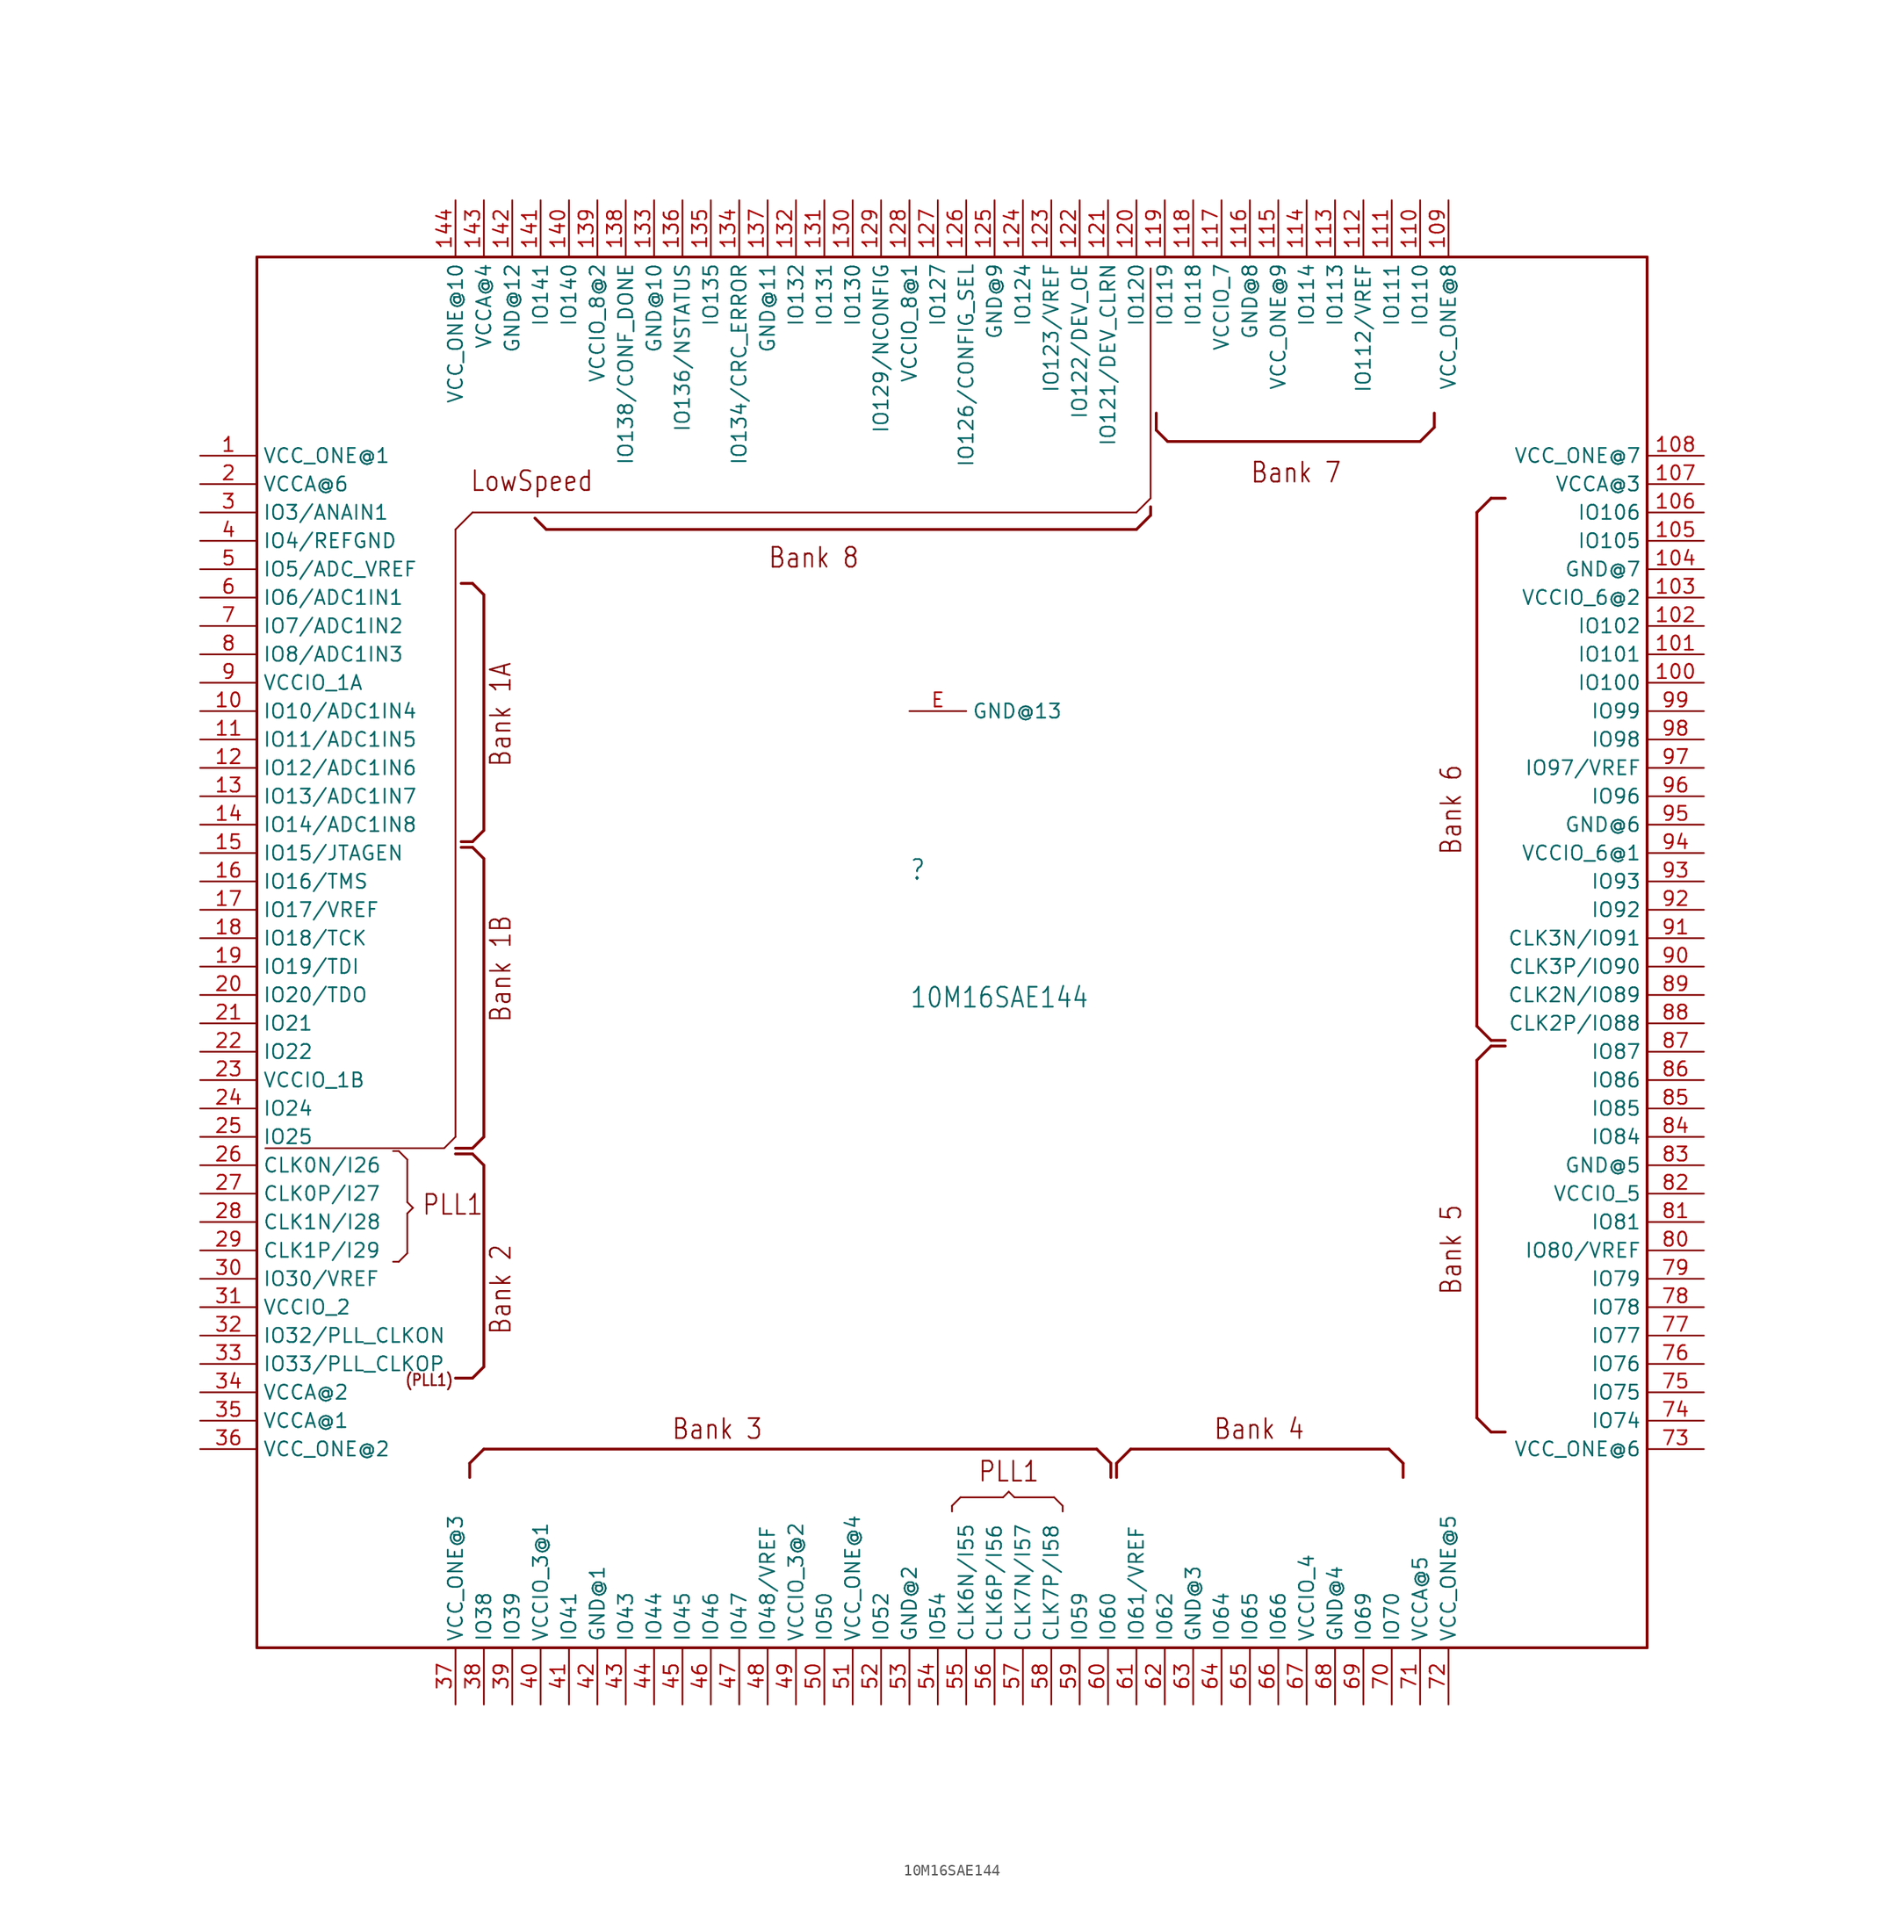
<source format=kicad_sym>
(kicad_symbol_lib
  (version 20211014)
  (generator kicad_symbol_editor)
  (symbol "10M16SAE144"
    (property "Reference" ""
      (at -5.08 5.08 0)
      (effects (font (size 1.778 1.511)) (justify left bottom)))
    (property "Value" "10M16SAE144"
      (at -5.08 -6.35 0)
      (effects (font (size 1.778 1.511)) (justify left bottom)))
    (property "ki_locked" ""
      (at 0 0 0)
      (effects (font (size 1.27 1.27))))
    (symbol "10M16SAE144_1_0"
      (polyline (pts (xy -63.5 -63.5) (xy 60.96 -63.5)) (stroke (width 0.254) (type default) (color 0 0 0 0)) (fill (type none)))
      (polyline (pts (xy -63.5 60.96) (xy -63.5 -63.5)) (stroke (width 0.254) (type default) (color 0 0 0 0)) (fill (type none)))
      (polyline (pts (xy -51.308 -19.05) (xy -50.8 -19.05)) (stroke (width 0.152) (type default) (color 0 0 0 0)) (fill (type none)))
      (polyline (pts (xy -50.8 -28.956) (xy -51.308 -28.956)) (stroke (width 0.152) (type default) (color 0 0 0 0)) (fill (type none)))
      (polyline (pts (xy -50.8 -19.05) (xy -50.038 -19.812)) (stroke (width 0.152) (type default) (color 0 0 0 0)) (fill (type none)))
      (polyline (pts (xy -50.038 -28.194) (xy -50.8 -28.956)) (stroke (width 0.152) (type default) (color 0 0 0 0)) (fill (type none)))
      (polyline (pts (xy -50.038 -24.638) (xy -50.038 -28.194)) (stroke (width 0.152) (type default) (color 0 0 0 0)) (fill (type none)))
      (polyline (pts (xy -50.038 -23.622) (xy -49.53 -24.13)) (stroke (width 0.152) (type default) (color 0 0 0 0)) (fill (type none)))
      (polyline (pts (xy -50.038 -19.812) (xy -50.038 -23.622)) (stroke (width 0.152) (type default) (color 0 0 0 0)) (fill (type none)))
      (polyline (pts (xy -49.53 -24.13) (xy -50.038 -24.638)) (stroke (width 0.152) (type default) (color 0 0 0 0)) (fill (type none)))
      (polyline (pts (xy -46.736 -18.796) (xy -62.738 -18.796)) (stroke (width 0.152) (type default) (color 0 0 0 0)) (fill (type none)))
      (polyline (pts (xy -45.72 -19.304) (xy -44.196 -19.304)) (stroke (width 0.254) (type default) (color 0 0 0 0)) (fill (type none)))
      (polyline (pts (xy -45.72 -17.78) (xy -46.736 -18.796)) (stroke (width 0.152) (type default) (color 0 0 0 0)) (fill (type none)))
      (polyline (pts (xy -45.72 36.576) (xy -45.72 -17.78)) (stroke (width 0.152) (type default) (color 0 0 0 0)) (fill (type none)))
      (polyline (pts (xy -45.212 8.128) (xy -44.196 8.128)) (stroke (width 0.254) (type default) (color 0 0 0 0)) (fill (type none)))
      (polyline (pts (xy -45.212 8.636) (xy -44.196 8.636)) (stroke (width 0.254) (type default) (color 0 0 0 0)) (fill (type none)))
      (polyline (pts (xy -45.212 31.75) (xy -44.196 31.75)) (stroke (width 0.254) (type default) (color 0 0 0 0)) (fill (type none)))
      (polyline (pts (xy -44.45 -48.26) (xy -44.45 -46.99)) (stroke (width 0.254) (type default) (color 0 0 0 0)) (fill (type none)))
      (polyline (pts (xy -44.45 -46.99) (xy -43.18 -45.72)) (stroke (width 0.254) (type default) (color 0 0 0 0)) (fill (type none)))
      (polyline (pts (xy -44.196 -39.37) (xy -45.72 -39.37)) (stroke (width 0.254) (type default) (color 0 0 0 0)) (fill (type none)))
      (polyline (pts (xy -44.196 -19.304) (xy -43.18 -20.32)) (stroke (width 0.254) (type default) (color 0 0 0 0)) (fill (type none)))
      (polyline (pts (xy -44.196 -18.796) (xy -45.72 -18.796)) (stroke (width 0.254) (type default) (color 0 0 0 0)) (fill (type none)))
      (polyline (pts (xy -44.196 8.128) (xy -43.18 7.112)) (stroke (width 0.254) (type default) (color 0 0 0 0)) (fill (type none)))
      (polyline (pts (xy -44.196 31.75) (xy -43.18 30.734)) (stroke (width 0.254) (type default) (color 0 0 0 0)) (fill (type none)))
      (polyline (pts (xy -44.196 38.1) (xy -45.72 36.576)) (stroke (width 0.152) (type default) (color 0 0 0 0)) (fill (type none)))
      (polyline (pts (xy -43.18 -45.72) (xy 11.684 -45.72)) (stroke (width 0.254) (type default) (color 0 0 0 0)) (fill (type none)))
      (polyline (pts (xy -43.18 -38.354) (xy -44.196 -39.37)) (stroke (width 0.254) (type default) (color 0 0 0 0)) (fill (type none)))
      (polyline (pts (xy -43.18 -20.32) (xy -43.18 -38.354)) (stroke (width 0.254) (type default) (color 0 0 0 0)) (fill (type none)))
      (polyline (pts (xy -43.18 -17.78) (xy -44.196 -18.796)) (stroke (width 0.254) (type default) (color 0 0 0 0)) (fill (type none)))
      (polyline (pts (xy -43.18 7.112) (xy -43.18 -17.78)) (stroke (width 0.254) (type default) (color 0 0 0 0)) (fill (type none)))
      (polyline (pts (xy -43.18 9.652) (xy -44.196 8.636)) (stroke (width 0.254) (type default) (color 0 0 0 0)) (fill (type none)))
      (polyline (pts (xy -43.18 30.734) (xy -43.18 9.652)) (stroke (width 0.254) (type default) (color 0 0 0 0)) (fill (type none)))
      (polyline (pts (xy -37.592 36.576) (xy -38.608 37.592)) (stroke (width 0.254) (type default) (color 0 0 0 0)) (fill (type none)))
      (polyline (pts (xy -1.27 -51.308) (xy -1.27 -50.8)) (stroke (width 0.152) (type default) (color 0 0 0 0)) (fill (type none)))
      (polyline (pts (xy -1.27 -50.8) (xy -0.508 -50.038)) (stroke (width 0.152) (type default) (color 0 0 0 0)) (fill (type none)))
      (polyline (pts (xy -0.508 -50.038) (xy 3.302 -50.038)) (stroke (width 0.152) (type default) (color 0 0 0 0)) (fill (type none)))
      (polyline (pts (xy 3.302 -50.038) (xy 3.81 -49.53)) (stroke (width 0.152) (type default) (color 0 0 0 0)) (fill (type none)))
      (polyline (pts (xy 3.81 -49.53) (xy 4.318 -50.038)) (stroke (width 0.152) (type default) (color 0 0 0 0)) (fill (type none)))
      (polyline (pts (xy 4.318 -50.038) (xy 7.874 -50.038)) (stroke (width 0.152) (type default) (color 0 0 0 0)) (fill (type none)))
      (polyline (pts (xy 7.874 -50.038) (xy 8.636 -50.8)) (stroke (width 0.152) (type default) (color 0 0 0 0)) (fill (type none)))
      (polyline (pts (xy 8.636 -50.8) (xy 8.636 -51.308)) (stroke (width 0.152) (type default) (color 0 0 0 0)) (fill (type none)))
      (polyline (pts (xy 11.684 -45.72) (xy 12.954 -46.99)) (stroke (width 0.254) (type default) (color 0 0 0 0)) (fill (type none)))
      (polyline (pts (xy 12.954 -46.99) (xy 12.954 -48.26)) (stroke (width 0.254) (type default) (color 0 0 0 0)) (fill (type none)))
      (polyline (pts (xy 13.462 -48.26) (xy 13.462 -46.99)) (stroke (width 0.254) (type default) (color 0 0 0 0)) (fill (type none)))
      (polyline (pts (xy 13.462 -46.99) (xy 14.732 -45.72)) (stroke (width 0.254) (type default) (color 0 0 0 0)) (fill (type none)))
      (polyline (pts (xy 14.732 -45.72) (xy 37.846 -45.72)) (stroke (width 0.254) (type default) (color 0 0 0 0)) (fill (type none)))
      (polyline (pts (xy 15.24 36.576) (xy -37.592 36.576)) (stroke (width 0.254) (type default) (color 0 0 0 0)) (fill (type none)))
      (polyline (pts (xy 15.24 38.1) (xy -44.196 38.1)) (stroke (width 0.152) (type default) (color 0 0 0 0)) (fill (type none)))
      (polyline (pts (xy 16.51 37.846) (xy 15.24 36.576)) (stroke (width 0.254) (type default) (color 0 0 0 0)) (fill (type none)))
      (polyline (pts (xy 16.51 38.608) (xy 16.51 37.846)) (stroke (width 0.254) (type default) (color 0 0 0 0)) (fill (type none)))
      (polyline (pts (xy 16.51 39.37) (xy 15.24 38.1)) (stroke (width 0.152) (type default) (color 0 0 0 0)) (fill (type none)))
      (polyline (pts (xy 16.51 59.944) (xy 16.51 39.37)) (stroke (width 0.152) (type default) (color 0 0 0 0)) (fill (type none)))
      (polyline (pts (xy 17.018 45.466) (xy 17.018 46.99)) (stroke (width 0.254) (type default) (color 0 0 0 0)) (fill (type none)))
      (polyline (pts (xy 18.034 44.45) (xy 17.018 45.466)) (stroke (width 0.254) (type default) (color 0 0 0 0)) (fill (type none)))
      (polyline (pts (xy 37.846 -45.72) (xy 39.116 -46.99)) (stroke (width 0.254) (type default) (color 0 0 0 0)) (fill (type none)))
      (polyline (pts (xy 39.116 -46.99) (xy 39.116 -48.26)) (stroke (width 0.254) (type default) (color 0 0 0 0)) (fill (type none)))
      (polyline (pts (xy 40.64 44.45) (xy 18.034 44.45)) (stroke (width 0.254) (type default) (color 0 0 0 0)) (fill (type none)))
      (polyline (pts (xy 41.91 45.72) (xy 40.64 44.45)) (stroke (width 0.254) (type default) (color 0 0 0 0)) (fill (type none)))
      (polyline (pts (xy 41.91 46.99) (xy 41.91 45.72)) (stroke (width 0.254) (type default) (color 0 0 0 0)) (fill (type none)))
      (polyline (pts (xy 45.72 -42.926) (xy 45.72 -10.922)) (stroke (width 0.254) (type default) (color 0 0 0 0)) (fill (type none)))
      (polyline (pts (xy 45.72 -10.922) (xy 46.99 -9.652)) (stroke (width 0.254) (type default) (color 0 0 0 0)) (fill (type none)))
      (polyline (pts (xy 45.72 -7.874) (xy 45.72 38.1)) (stroke (width 0.254) (type default) (color 0 0 0 0)) (fill (type none)))
      (polyline (pts (xy 45.72 38.1) (xy 46.99 39.37)) (stroke (width 0.254) (type default) (color 0 0 0 0)) (fill (type none)))
      (polyline (pts (xy 46.99 -44.196) (xy 45.72 -42.926)) (stroke (width 0.254) (type default) (color 0 0 0 0)) (fill (type none)))
      (polyline (pts (xy 46.99 -9.652) (xy 48.26 -9.652)) (stroke (width 0.254) (type default) (color 0 0 0 0)) (fill (type none)))
      (polyline (pts (xy 46.99 -9.144) (xy 45.72 -7.874)) (stroke (width 0.254) (type default) (color 0 0 0 0)) (fill (type none)))
      (polyline (pts (xy 46.99 39.37) (xy 48.26 39.37)) (stroke (width 0.254) (type default) (color 0 0 0 0)) (fill (type none)))
      (polyline (pts (xy 48.26 -44.196) (xy 46.99 -44.196)) (stroke (width 0.254) (type default) (color 0 0 0 0)) (fill (type none)))
      (polyline (pts (xy 48.26 -9.144) (xy 46.99 -9.144)) (stroke (width 0.254) (type default) (color 0 0 0 0)) (fill (type none)))
      (polyline (pts (xy 60.96 -63.5) (xy 60.96 60.96)) (stroke (width 0.254) (type default) (color 0 0 0 0)) (fill (type none)))
      (polyline (pts (xy 60.96 60.96) (xy -63.5 60.96)) (stroke (width 0.254) (type default) (color 0 0 0 0)) (fill (type none)))
      (text "(PLL1)" (at -50.292 -40.132 0) (effects (font (size 1.016 0.864)) (justify left bottom)))
      (text "Bank 1A" (at -40.64 15.24 900) (effects (font (size 1.778 1.511)) (justify left bottom)))
      (text "Bank 1B" (at -40.64 -7.62 900) (effects (font (size 1.778 1.511)) (justify left bottom)))
      (text "Bank 2" (at -40.64 -35.56 900) (effects (font (size 1.778 1.511)) (justify left bottom)))
      (text "Bank 3" (at -26.416 -44.958 0) (effects (font (size 1.778 1.511)) (justify left bottom)))
      (text "Bank 4" (at 22.098 -44.958 0) (effects (font (size 1.778 1.511)) (justify left bottom)))
      (text "Bank 5" (at 44.45 -32.004 900) (effects (font (size 1.778 1.511)) (justify left bottom)))
      (text "Bank 6" (at 44.45 7.366 900) (effects (font (size 1.778 1.511)) (justify left bottom)))
      (text "Bank 7" (at 25.4 40.64 0) (effects (font (size 1.778 1.511)) (justify left bottom)))
      (text "Bank 8" (at -17.78 33.02 0) (effects (font (size 1.778 1.511)) (justify left bottom)))
      (text "LowSpeed" (at -44.45 39.878 0) (effects (font (size 1.778 1.511)) (justify left bottom)))
      (text "PLL1" (at -48.768 -24.892 0) (effects (font (size 1.778 1.511)) (justify left bottom)))
      (text "PLL1" (at 1.016 -48.768 0) (effects (font (size 1.778 1.511)) (justify left bottom)))
      (pin power_in line (at -68.58 43.18 0) (length 5.08) (name "VCC_ONE@1" (effects (font (size 1.27 1.27)))) (number "1" (effects (font (size 1.27 1.27)))))
      (pin bidirectional line (at -68.58 20.32 0) (length 5.08) (name "IO10/ADC1IN4" (effects (font (size 1.27 1.27)))) (number "10" (effects (font (size 1.27 1.27)))))
      (pin bidirectional line (at 66.04 22.86 180) (length 5.08) (name "IO100" (effects (font (size 1.27 1.27)))) (number "100" (effects (font (size 1.27 1.27)))))
      (pin bidirectional line (at 66.04 25.4 180) (length 5.08) (name "IO101" (effects (font (size 1.27 1.27)))) (number "101" (effects (font (size 1.27 1.27)))))
      (pin bidirectional line (at 66.04 27.94 180) (length 5.08) (name "IO102" (effects (font (size 1.27 1.27)))) (number "102" (effects (font (size 1.27 1.27)))))
      (pin power_in line (at 66.04 30.48 180) (length 5.08) (name "VCCIO_6@2" (effects (font (size 1.27 1.27)))) (number "103" (effects (font (size 1.27 1.27)))))
      (pin power_in line (at 66.04 33.02 180) (length 5.08) (name "GND@7" (effects (font (size 1.27 1.27)))) (number "104" (effects (font (size 1.27 1.27)))))
      (pin bidirectional line (at 66.04 35.56 180) (length 5.08) (name "IO105" (effects (font (size 1.27 1.27)))) (number "105" (effects (font (size 1.27 1.27)))))
      (pin bidirectional line (at 66.04 38.1 180) (length 5.08) (name "IO106" (effects (font (size 1.27 1.27)))) (number "106" (effects (font (size 1.27 1.27)))))
      (pin power_in line (at 66.04 40.64 180) (length 5.08) (name "VCCA@3" (effects (font (size 1.27 1.27)))) (number "107" (effects (font (size 1.27 1.27)))))
      (pin power_in line (at 66.04 43.18 180) (length 5.08) (name "VCC_ONE@7" (effects (font (size 1.27 1.27)))) (number "108" (effects (font (size 1.27 1.27)))))
      (pin power_in line (at 43.18 66.04 270) (length 5.08) (name "VCC_ONE@8" (effects (font (size 1.27 1.27)))) (number "109" (effects (font (size 1.27 1.27)))))
      (pin bidirectional line (at -68.58 17.78 0) (length 5.08) (name "IO11/ADC1IN5" (effects (font (size 1.27 1.27)))) (number "11" (effects (font (size 1.27 1.27)))))
      (pin bidirectional line (at 40.64 66.04 270) (length 5.08) (name "IO110" (effects (font (size 1.27 1.27)))) (number "110" (effects (font (size 1.27 1.27)))))
      (pin bidirectional line (at 38.1 66.04 270) (length 5.08) (name "IO111" (effects (font (size 1.27 1.27)))) (number "111" (effects (font (size 1.27 1.27)))))
      (pin bidirectional line (at 35.56 66.04 270) (length 5.08) (name "IO112/VREF" (effects (font (size 1.27 1.27)))) (number "112" (effects (font (size 1.27 1.27)))))
      (pin bidirectional line (at 33.02 66.04 270) (length 5.08) (name "IO113" (effects (font (size 1.27 1.27)))) (number "113" (effects (font (size 1.27 1.27)))))
      (pin bidirectional line (at 30.48 66.04 270) (length 5.08) (name "IO114" (effects (font (size 1.27 1.27)))) (number "114" (effects (font (size 1.27 1.27)))))
      (pin power_in line (at 27.94 66.04 270) (length 5.08) (name "VCC_ONE@9" (effects (font (size 1.27 1.27)))) (number "115" (effects (font (size 1.27 1.27)))))
      (pin power_in line (at 25.4 66.04 270) (length 5.08) (name "GND@8" (effects (font (size 1.27 1.27)))) (number "116" (effects (font (size 1.27 1.27)))))
      (pin power_in line (at 22.86 66.04 270) (length 5.08) (name "VCCIO_7" (effects (font (size 1.27 1.27)))) (number "117" (effects (font (size 1.27 1.27)))))
      (pin bidirectional line (at 20.32 66.04 270) (length 5.08) (name "IO118" (effects (font (size 1.27 1.27)))) (number "118" (effects (font (size 1.27 1.27)))))
      (pin bidirectional line (at 17.78 66.04 270) (length 5.08) (name "IO119" (effects (font (size 1.27 1.27)))) (number "119" (effects (font (size 1.27 1.27)))))
      (pin bidirectional line (at -68.58 15.24 0) (length 5.08) (name "IO12/ADC1IN6" (effects (font (size 1.27 1.27)))) (number "12" (effects (font (size 1.27 1.27)))))
      (pin bidirectional line (at 15.24 66.04 270) (length 5.08) (name "IO120" (effects (font (size 1.27 1.27)))) (number "120" (effects (font (size 1.27 1.27)))))
      (pin bidirectional line (at 12.7 66.04 270) (length 5.08) (name "IO121/DEV_CLRN" (effects (font (size 1.27 1.27)))) (number "121" (effects (font (size 1.27 1.27)))))
      (pin bidirectional line (at 10.16 66.04 270) (length 5.08) (name "IO122/DEV_OE" (effects (font (size 1.27 1.27)))) (number "122" (effects (font (size 1.27 1.27)))))
      (pin bidirectional line (at 7.62 66.04 270) (length 5.08) (name "IO123/VREF" (effects (font (size 1.27 1.27)))) (number "123" (effects (font (size 1.27 1.27)))))
      (pin bidirectional line (at 5.08 66.04 270) (length 5.08) (name "IO124" (effects (font (size 1.27 1.27)))) (number "124" (effects (font (size 1.27 1.27)))))
      (pin power_in line (at 2.54 66.04 270) (length 5.08) (name "GND@9" (effects (font (size 1.27 1.27)))) (number "125" (effects (font (size 1.27 1.27)))))
      (pin bidirectional line (at 0 66.04 270) (length 5.08) (name "IO126/CONFIG_SEL" (effects (font (size 1.27 1.27)))) (number "126" (effects (font (size 1.27 1.27)))))
      (pin bidirectional line (at -2.54 66.04 270) (length 5.08) (name "IO127" (effects (font (size 1.27 1.27)))) (number "127" (effects (font (size 1.27 1.27)))))
      (pin power_in line (at -5.08 66.04 270) (length 5.08) (name "VCCIO_8@1" (effects (font (size 1.27 1.27)))) (number "128" (effects (font (size 1.27 1.27)))))
      (pin bidirectional line (at -7.62 66.04 270) (length 5.08) (name "IO129/NCONFIG" (effects (font (size 1.27 1.27)))) (number "129" (effects (font (size 1.27 1.27)))))
      (pin bidirectional line (at -68.58 12.7 0) (length 5.08) (name "IO13/ADC1IN7" (effects (font (size 1.27 1.27)))) (number "13" (effects (font (size 1.27 1.27)))))
      (pin bidirectional line (at -10.16 66.04 270) (length 5.08) (name "IO130" (effects (font (size 1.27 1.27)))) (number "130" (effects (font (size 1.27 1.27)))))
      (pin bidirectional line (at -12.7 66.04 270) (length 5.08) (name "IO131" (effects (font (size 1.27 1.27)))) (number "131" (effects (font (size 1.27 1.27)))))
      (pin bidirectional line (at -15.24 66.04 270) (length 5.08) (name "IO132" (effects (font (size 1.27 1.27)))) (number "132" (effects (font (size 1.27 1.27)))))
      (pin power_in line (at -27.94 66.04 270) (length 5.08) (name "GND@10" (effects (font (size 1.27 1.27)))) (number "133" (effects (font (size 1.27 1.27)))))
      (pin bidirectional line (at -20.32 66.04 270) (length 5.08) (name "IO134/CRC_ERROR" (effects (font (size 1.27 1.27)))) (number "134" (effects (font (size 1.27 1.27)))))
      (pin bidirectional line (at -22.86 66.04 270) (length 5.08) (name "IO135" (effects (font (size 1.27 1.27)))) (number "135" (effects (font (size 1.27 1.27)))))
      (pin bidirectional line (at -25.4 66.04 270) (length 5.08) (name "IO136/NSTATUS" (effects (font (size 1.27 1.27)))) (number "136" (effects (font (size 1.27 1.27)))))
      (pin power_in line (at -17.78 66.04 270) (length 5.08) (name "GND@11" (effects (font (size 1.27 1.27)))) (number "137" (effects (font (size 1.27 1.27)))))
      (pin bidirectional line (at -30.48 66.04 270) (length 5.08) (name "IO138/CONF_DONE" (effects (font (size 1.27 1.27)))) (number "138" (effects (font (size 1.27 1.27)))))
      (pin power_in line (at -33.02 66.04 270) (length 5.08) (name "VCCIO_8@2" (effects (font (size 1.27 1.27)))) (number "139" (effects (font (size 1.27 1.27)))))
      (pin bidirectional line (at -68.58 10.16 0) (length 5.08) (name "IO14/ADC1IN8" (effects (font (size 1.27 1.27)))) (number "14" (effects (font (size 1.27 1.27)))))
      (pin bidirectional line (at -35.56 66.04 270) (length 5.08) (name "IO140" (effects (font (size 1.27 1.27)))) (number "140" (effects (font (size 1.27 1.27)))))
      (pin bidirectional line (at -38.1 66.04 270) (length 5.08) (name "IO141" (effects (font (size 1.27 1.27)))) (number "141" (effects (font (size 1.27 1.27)))))
      (pin power_in line (at -40.64 66.04 270) (length 5.08) (name "GND@12" (effects (font (size 1.27 1.27)))) (number "142" (effects (font (size 1.27 1.27)))))
      (pin power_in line (at -43.18 66.04 270) (length 5.08) (name "VCCA@4" (effects (font (size 1.27 1.27)))) (number "143" (effects (font (size 1.27 1.27)))))
      (pin power_in line (at -45.72 66.04 270) (length 5.08) (name "VCC_ONE@10" (effects (font (size 1.27 1.27)))) (number "144" (effects (font (size 1.27 1.27)))))
      (pin bidirectional line (at -68.58 7.62 0) (length 5.08) (name "IO15/JTAGEN" (effects (font (size 1.27 1.27)))) (number "15" (effects (font (size 1.27 1.27)))))
      (pin bidirectional line (at -68.58 5.08 0) (length 5.08) (name "IO16/TMS" (effects (font (size 1.27 1.27)))) (number "16" (effects (font (size 1.27 1.27)))))
      (pin bidirectional line (at -68.58 2.54 0) (length 5.08) (name "IO17/VREF" (effects (font (size 1.27 1.27)))) (number "17" (effects (font (size 1.27 1.27)))))
      (pin bidirectional line (at -68.58 0 0) (length 5.08) (name "IO18/TCK" (effects (font (size 1.27 1.27)))) (number "18" (effects (font (size 1.27 1.27)))))
      (pin bidirectional line (at -68.58 -2.54 0) (length 5.08) (name "IO19/TDI" (effects (font (size 1.27 1.27)))) (number "19" (effects (font (size 1.27 1.27)))))
      (pin power_in line (at -68.58 40.64 0) (length 5.08) (name "VCCA@6" (effects (font (size 1.27 1.27)))) (number "2" (effects (font (size 1.27 1.27)))))
      (pin bidirectional line (at -68.58 -5.08 0) (length 5.08) (name "IO20/TDO" (effects (font (size 1.27 1.27)))) (number "20" (effects (font (size 1.27 1.27)))))
      (pin bidirectional line (at -68.58 -7.62 0) (length 5.08) (name "IO21" (effects (font (size 1.27 1.27)))) (number "21" (effects (font (size 1.27 1.27)))))
      (pin bidirectional line (at -68.58 -10.16 0) (length 5.08) (name "IO22" (effects (font (size 1.27 1.27)))) (number "22" (effects (font (size 1.27 1.27)))))
      (pin power_in line (at -68.58 -12.7 0) (length 5.08) (name "VCCIO_1B" (effects (font (size 1.27 1.27)))) (number "23" (effects (font (size 1.27 1.27)))))
      (pin bidirectional line (at -68.58 -15.24 0) (length 5.08) (name "IO24" (effects (font (size 1.27 1.27)))) (number "24" (effects (font (size 1.27 1.27)))))
      (pin bidirectional line (at -68.58 -17.78 0) (length 5.08) (name "IO25" (effects (font (size 1.27 1.27)))) (number "25" (effects (font (size 1.27 1.27)))))
      (pin bidirectional line (at -68.58 -20.32 0) (length 5.08) (name "CLK0N/I26" (effects (font (size 1.27 1.27)))) (number "26" (effects (font (size 1.27 1.27)))))
      (pin bidirectional line (at -68.58 -22.86 0) (length 5.08) (name "CLK0P/I27" (effects (font (size 1.27 1.27)))) (number "27" (effects (font (size 1.27 1.27)))))
      (pin bidirectional line (at -68.58 -25.4 0) (length 5.08) (name "CLK1N/I28" (effects (font (size 1.27 1.27)))) (number "28" (effects (font (size 1.27 1.27)))))
      (pin bidirectional line (at -68.58 -27.94 0) (length 5.08) (name "CLK1P/I29" (effects (font (size 1.27 1.27)))) (number "29" (effects (font (size 1.27 1.27)))))
      (pin bidirectional line (at -68.58 38.1 0) (length 5.08) (name "IO3/ANAIN1" (effects (font (size 1.27 1.27)))) (number "3" (effects (font (size 1.27 1.27)))))
      (pin bidirectional line (at -68.58 -30.48 0) (length 5.08) (name "IO30/VREF" (effects (font (size 1.27 1.27)))) (number "30" (effects (font (size 1.27 1.27)))))
      (pin power_in line (at -68.58 -33.02 0) (length 5.08) (name "VCCIO_2" (effects (font (size 1.27 1.27)))) (number "31" (effects (font (size 1.27 1.27)))))
      (pin bidirectional line (at -68.58 -35.56 0) (length 5.08) (name "IO32/PLL_CLKON" (effects (font (size 1.27 1.27)))) (number "32" (effects (font (size 1.27 1.27)))))
      (pin bidirectional line (at -68.58 -38.1 0) (length 5.08) (name "IO33/PLL_CLKOP" (effects (font (size 1.27 1.27)))) (number "33" (effects (font (size 1.27 1.27)))))
      (pin power_in line (at -68.58 -40.64 0) (length 5.08) (name "VCCA@2" (effects (font (size 1.27 1.27)))) (number "34" (effects (font (size 1.27 1.27)))))
      (pin power_in line (at -68.58 -43.18 0) (length 5.08) (name "VCCA@1" (effects (font (size 1.27 1.27)))) (number "35" (effects (font (size 1.27 1.27)))))
      (pin power_in line (at -68.58 -45.72 0) (length 5.08) (name "VCC_ONE@2" (effects (font (size 1.27 1.27)))) (number "36" (effects (font (size 1.27 1.27)))))
      (pin power_in line (at -45.72 -68.58 90) (length 5.08) (name "VCC_ONE@3" (effects (font (size 1.27 1.27)))) (number "37" (effects (font (size 1.27 1.27)))))
      (pin bidirectional line (at -43.18 -68.58 90) (length 5.08) (name "IO38" (effects (font (size 1.27 1.27)))) (number "38" (effects (font (size 1.27 1.27)))))
      (pin bidirectional line (at -40.64 -68.58 90) (length 5.08) (name "IO39" (effects (font (size 1.27 1.27)))) (number "39" (effects (font (size 1.27 1.27)))))
      (pin bidirectional line (at -68.58 35.56 0) (length 5.08) (name "IO4/REFGND" (effects (font (size 1.27 1.27)))) (number "4" (effects (font (size 1.27 1.27)))))
      (pin power_in line (at -38.1 -68.58 90) (length 5.08) (name "VCCIO_3@1" (effects (font (size 1.27 1.27)))) (number "40" (effects (font (size 1.27 1.27)))))
      (pin bidirectional line (at -35.56 -68.58 90) (length 5.08) (name "IO41" (effects (font (size 1.27 1.27)))) (number "41" (effects (font (size 1.27 1.27)))))
      (pin power_in line (at -33.02 -68.58 90) (length 5.08) (name "GND@1" (effects (font (size 1.27 1.27)))) (number "42" (effects (font (size 1.27 1.27)))))
      (pin bidirectional line (at -30.48 -68.58 90) (length 5.08) (name "IO43" (effects (font (size 1.27 1.27)))) (number "43" (effects (font (size 1.27 1.27)))))
      (pin bidirectional line (at -27.94 -68.58 90) (length 5.08) (name "IO44" (effects (font (size 1.27 1.27)))) (number "44" (effects (font (size 1.27 1.27)))))
      (pin bidirectional line (at -25.4 -68.58 90) (length 5.08) (name "IO45" (effects (font (size 1.27 1.27)))) (number "45" (effects (font (size 1.27 1.27)))))
      (pin bidirectional line (at -22.86 -68.58 90) (length 5.08) (name "IO46" (effects (font (size 1.27 1.27)))) (number "46" (effects (font (size 1.27 1.27)))))
      (pin bidirectional line (at -20.32 -68.58 90) (length 5.08) (name "IO47" (effects (font (size 1.27 1.27)))) (number "47" (effects (font (size 1.27 1.27)))))
      (pin bidirectional line (at -17.78 -68.58 90) (length 5.08) (name "IO48/VREF" (effects (font (size 1.27 1.27)))) (number "48" (effects (font (size 1.27 1.27)))))
      (pin power_in line (at -15.24 -68.58 90) (length 5.08) (name "VCCIO_3@2" (effects (font (size 1.27 1.27)))) (number "49" (effects (font (size 1.27 1.27)))))
      (pin bidirectional line (at -68.58 33.02 0) (length 5.08) (name "IO5/ADC_VREF" (effects (font (size 1.27 1.27)))) (number "5" (effects (font (size 1.27 1.27)))))
      (pin bidirectional line (at -12.7 -68.58 90) (length 5.08) (name "IO50" (effects (font (size 1.27 1.27)))) (number "50" (effects (font (size 1.27 1.27)))))
      (pin power_in line (at -10.16 -68.58 90) (length 5.08) (name "VCC_ONE@4" (effects (font (size 1.27 1.27)))) (number "51" (effects (font (size 1.27 1.27)))))
      (pin bidirectional line (at -7.62 -68.58 90) (length 5.08) (name "IO52" (effects (font (size 1.27 1.27)))) (number "52" (effects (font (size 1.27 1.27)))))
      (pin power_in line (at -5.08 -68.58 90) (length 5.08) (name "GND@2" (effects (font (size 1.27 1.27)))) (number "53" (effects (font (size 1.27 1.27)))))
      (pin bidirectional line (at -2.54 -68.58 90) (length 5.08) (name "IO54" (effects (font (size 1.27 1.27)))) (number "54" (effects (font (size 1.27 1.27)))))
      (pin bidirectional line (at 0 -68.58 90) (length 5.08) (name "CLK6N/I55" (effects (font (size 1.27 1.27)))) (number "55" (effects (font (size 1.27 1.27)))))
      (pin bidirectional line (at 2.54 -68.58 90) (length 5.08) (name "CLK6P/I56" (effects (font (size 1.27 1.27)))) (number "56" (effects (font (size 1.27 1.27)))))
      (pin bidirectional line (at 5.08 -68.58 90) (length 5.08) (name "CLK7N/I57" (effects (font (size 1.27 1.27)))) (number "57" (effects (font (size 1.27 1.27)))))
      (pin bidirectional line (at 7.62 -68.58 90) (length 5.08) (name "CLK7P/I58" (effects (font (size 1.27 1.27)))) (number "58" (effects (font (size 1.27 1.27)))))
      (pin bidirectional line (at 10.16 -68.58 90) (length 5.08) (name "IO59" (effects (font (size 1.27 1.27)))) (number "59" (effects (font (size 1.27 1.27)))))
      (pin bidirectional line (at -68.58 30.48 0) (length 5.08) (name "IO6/ADC1IN1" (effects (font (size 1.27 1.27)))) (number "6" (effects (font (size 1.27 1.27)))))
      (pin bidirectional line (at 12.7 -68.58 90) (length 5.08) (name "IO60" (effects (font (size 1.27 1.27)))) (number "60" (effects (font (size 1.27 1.27)))))
      (pin bidirectional line (at 15.24 -68.58 90) (length 5.08) (name "IO61/VREF" (effects (font (size 1.27 1.27)))) (number "61" (effects (font (size 1.27 1.27)))))
      (pin bidirectional line (at 17.78 -68.58 90) (length 5.08) (name "IO62" (effects (font (size 1.27 1.27)))) (number "62" (effects (font (size 1.27 1.27)))))
      (pin power_in line (at 20.32 -68.58 90) (length 5.08) (name "GND@3" (effects (font (size 1.27 1.27)))) (number "63" (effects (font (size 1.27 1.27)))))
      (pin bidirectional line (at 22.86 -68.58 90) (length 5.08) (name "IO64" (effects (font (size 1.27 1.27)))) (number "64" (effects (font (size 1.27 1.27)))))
      (pin bidirectional line (at 25.4 -68.58 90) (length 5.08) (name "IO65" (effects (font (size 1.27 1.27)))) (number "65" (effects (font (size 1.27 1.27)))))
      (pin bidirectional line (at 27.94 -68.58 90) (length 5.08) (name "IO66" (effects (font (size 1.27 1.27)))) (number "66" (effects (font (size 1.27 1.27)))))
      (pin power_in line (at 30.48 -68.58 90) (length 5.08) (name "VCCIO_4" (effects (font (size 1.27 1.27)))) (number "67" (effects (font (size 1.27 1.27)))))
      (pin power_in line (at 33.02 -68.58 90) (length 5.08) (name "GND@4" (effects (font (size 1.27 1.27)))) (number "68" (effects (font (size 1.27 1.27)))))
      (pin bidirectional line (at 35.56 -68.58 90) (length 5.08) (name "IO69" (effects (font (size 1.27 1.27)))) (number "69" (effects (font (size 1.27 1.27)))))
      (pin bidirectional line (at -68.58 27.94 0) (length 5.08) (name "IO7/ADC1IN2" (effects (font (size 1.27 1.27)))) (number "7" (effects (font (size 1.27 1.27)))))
      (pin bidirectional line (at 38.1 -68.58 90) (length 5.08) (name "IO70" (effects (font (size 1.27 1.27)))) (number "70" (effects (font (size 1.27 1.27)))))
      (pin power_in line (at 40.64 -68.58 90) (length 5.08) (name "VCCA@5" (effects (font (size 1.27 1.27)))) (number "71" (effects (font (size 1.27 1.27)))))
      (pin power_in line (at 43.18 -68.58 90) (length 5.08) (name "VCC_ONE@5" (effects (font (size 1.27 1.27)))) (number "72" (effects (font (size 1.27 1.27)))))
      (pin power_in line (at 66.04 -45.72 180) (length 5.08) (name "VCC_ONE@6" (effects (font (size 1.27 1.27)))) (number "73" (effects (font (size 1.27 1.27)))))
      (pin bidirectional line (at 66.04 -43.18 180) (length 5.08) (name "IO74" (effects (font (size 1.27 1.27)))) (number "74" (effects (font (size 1.27 1.27)))))
      (pin bidirectional line (at 66.04 -40.64 180) (length 5.08) (name "IO75" (effects (font (size 1.27 1.27)))) (number "75" (effects (font (size 1.27 1.27)))))
      (pin bidirectional line (at 66.04 -38.1 180) (length 5.08) (name "IO76" (effects (font (size 1.27 1.27)))) (number "76" (effects (font (size 1.27 1.27)))))
      (pin bidirectional line (at 66.04 -35.56 180) (length 5.08) (name "IO77" (effects (font (size 1.27 1.27)))) (number "77" (effects (font (size 1.27 1.27)))))
      (pin bidirectional line (at 66.04 -33.02 180) (length 5.08) (name "IO78" (effects (font (size 1.27 1.27)))) (number "78" (effects (font (size 1.27 1.27)))))
      (pin bidirectional line (at 66.04 -30.48 180) (length 5.08) (name "IO79" (effects (font (size 1.27 1.27)))) (number "79" (effects (font (size 1.27 1.27)))))
      (pin bidirectional line (at -68.58 25.4 0) (length 5.08) (name "IO8/ADC1IN3" (effects (font (size 1.27 1.27)))) (number "8" (effects (font (size 1.27 1.27)))))
      (pin bidirectional line (at 66.04 -27.94 180) (length 5.08) (name "IO80/VREF" (effects (font (size 1.27 1.27)))) (number "80" (effects (font (size 1.27 1.27)))))
      (pin bidirectional line (at 66.04 -25.4 180) (length 5.08) (name "IO81" (effects (font (size 1.27 1.27)))) (number "81" (effects (font (size 1.27 1.27)))))
      (pin power_in line (at 66.04 -22.86 180) (length 5.08) (name "VCCIO_5" (effects (font (size 1.27 1.27)))) (number "82" (effects (font (size 1.27 1.27)))))
      (pin power_in line (at 66.04 -20.32 180) (length 5.08) (name "GND@5" (effects (font (size 1.27 1.27)))) (number "83" (effects (font (size 1.27 1.27)))))
      (pin bidirectional line (at 66.04 -17.78 180) (length 5.08) (name "IO84" (effects (font (size 1.27 1.27)))) (number "84" (effects (font (size 1.27 1.27)))))
      (pin bidirectional line (at 66.04 -15.24 180) (length 5.08) (name "IO85" (effects (font (size 1.27 1.27)))) (number "85" (effects (font (size 1.27 1.27)))))
      (pin bidirectional line (at 66.04 -12.7 180) (length 5.08) (name "IO86" (effects (font (size 1.27 1.27)))) (number "86" (effects (font (size 1.27 1.27)))))
      (pin bidirectional line (at 66.04 -10.16 180) (length 5.08) (name "IO87" (effects (font (size 1.27 1.27)))) (number "87" (effects (font (size 1.27 1.27)))))
      (pin bidirectional line (at 66.04 -7.62 180) (length 5.08) (name "CLK2P/IO88" (effects (font (size 1.27 1.27)))) (number "88" (effects (font (size 1.27 1.27)))))
      (pin bidirectional line (at 66.04 -5.08 180) (length 5.08) (name "CLK2N/IO89" (effects (font (size 1.27 1.27)))) (number "89" (effects (font (size 1.27 1.27)))))
      (pin power_in line (at -68.58 22.86 0) (length 5.08) (name "VCCIO_1A" (effects (font (size 1.27 1.27)))) (number "9" (effects (font (size 1.27 1.27)))))
      (pin bidirectional line (at 66.04 -2.54 180) (length 5.08) (name "CLK3P/IO90" (effects (font (size 1.27 1.27)))) (number "90" (effects (font (size 1.27 1.27)))))
      (pin bidirectional line (at 66.04 0 180) (length 5.08) (name "CLK3N/IO91" (effects (font (size 1.27 1.27)))) (number "91" (effects (font (size 1.27 1.27)))))
      (pin bidirectional line (at 66.04 2.54 180) (length 5.08) (name "IO92" (effects (font (size 1.27 1.27)))) (number "92" (effects (font (size 1.27 1.27)))))
      (pin bidirectional line (at 66.04 5.08 180) (length 5.08) (name "IO93" (effects (font (size 1.27 1.27)))) (number "93" (effects (font (size 1.27 1.27)))))
      (pin power_in line (at 66.04 7.62 180) (length 5.08) (name "VCCIO_6@1" (effects (font (size 1.27 1.27)))) (number "94" (effects (font (size 1.27 1.27)))))
      (pin power_in line (at 66.04 10.16 180) (length 5.08) (name "GND@6" (effects (font (size 1.27 1.27)))) (number "95" (effects (font (size 1.27 1.27)))))
      (pin bidirectional line (at 66.04 12.7 180) (length 5.08) (name "IO96" (effects (font (size 1.27 1.27)))) (number "96" (effects (font (size 1.27 1.27)))))
      (pin bidirectional line (at 66.04 15.24 180) (length 5.08) (name "IO97/VREF" (effects (font (size 1.27 1.27)))) (number "97" (effects (font (size 1.27 1.27)))))
      (pin bidirectional line (at 66.04 17.78 180) (length 5.08) (name "IO98" (effects (font (size 1.27 1.27)))) (number "98" (effects (font (size 1.27 1.27)))))
      (pin bidirectional line (at 66.04 20.32 180) (length 5.08) (name "IO99" (effects (font (size 1.27 1.27)))) (number "99" (effects (font (size 1.27 1.27)))))
      (pin power_in line (at -5.08 20.32 0) (length 5.08) (name "GND@13" (effects (font (size 1.27 1.27)))) (number "E" (effects (font (size 1.27 1.27))))))))
</source>
